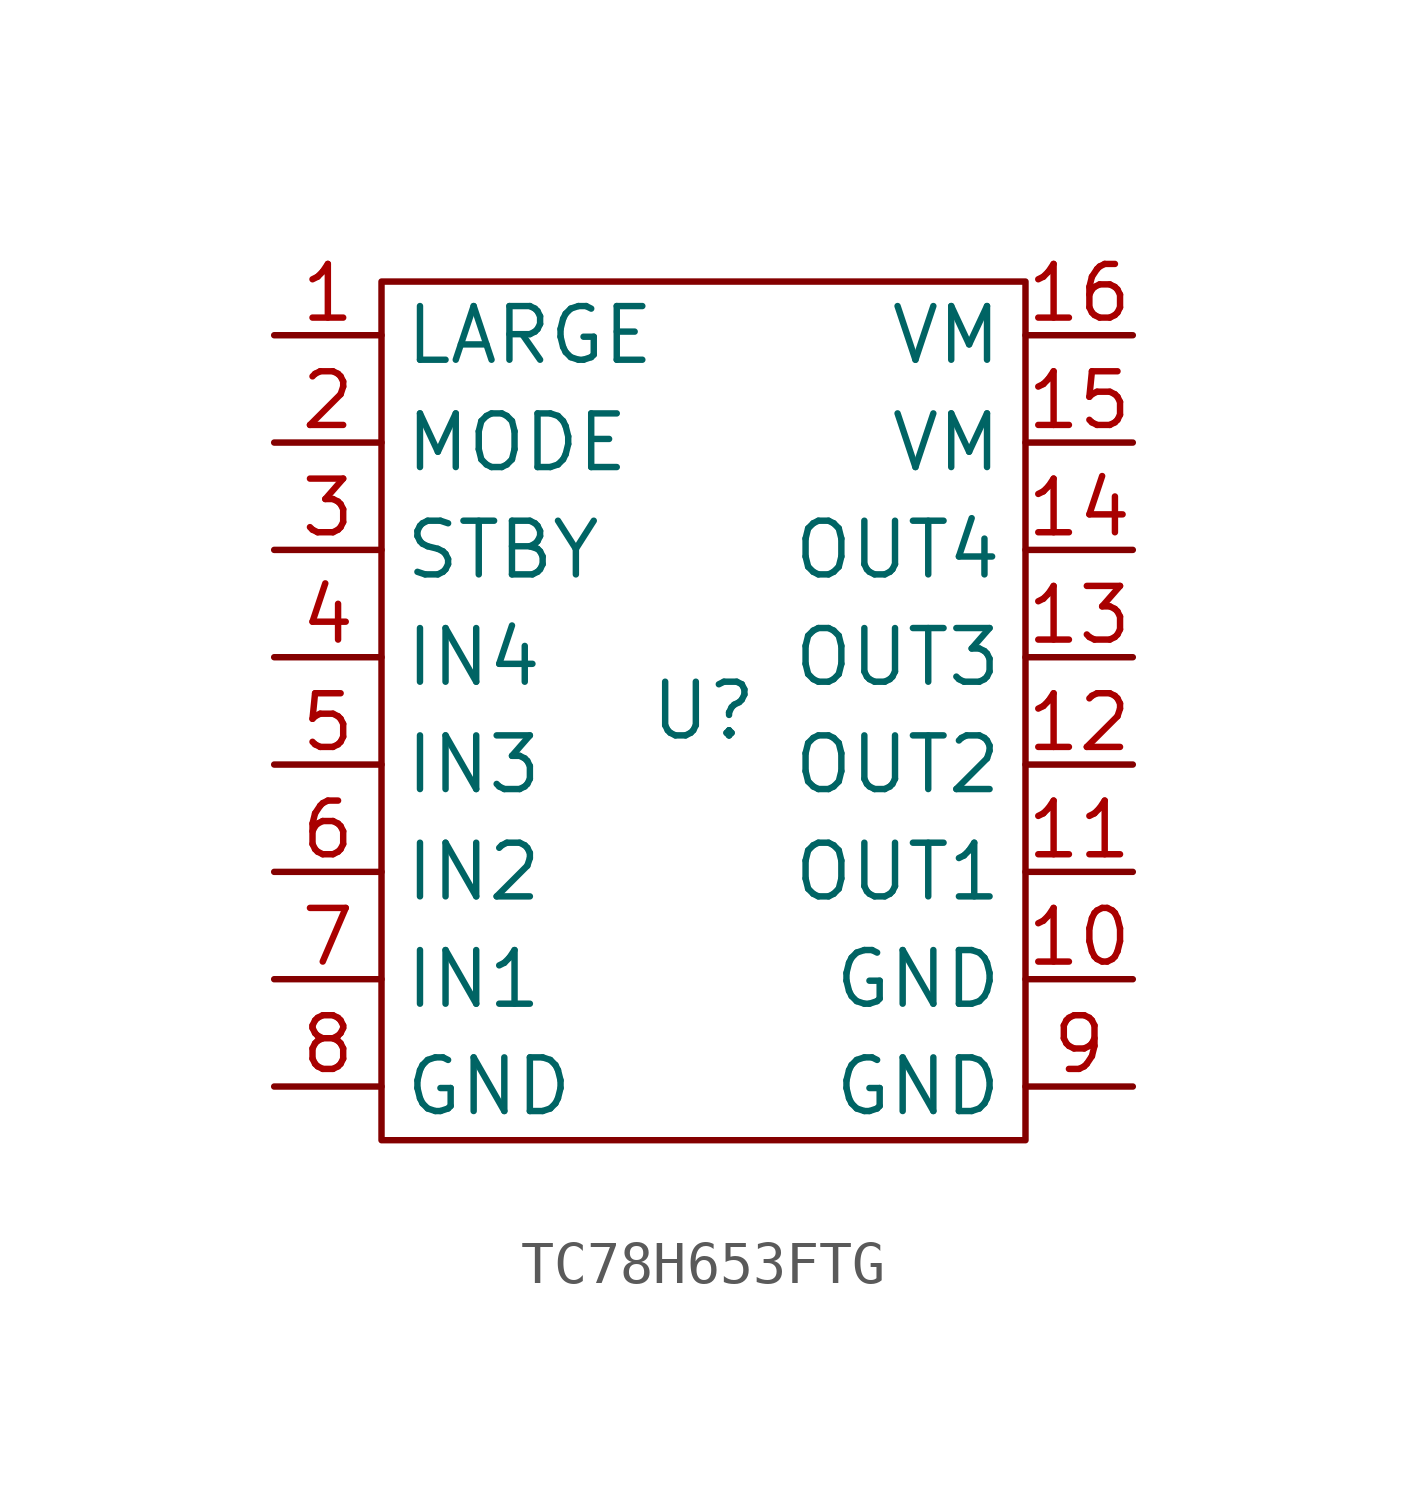
<source format=kicad_sym>
(kicad_symbol_lib
  (version 20231120)
  (generator "kicad_symbol_editor")
  (generator_version "8.0")
  (symbol "TC78H653FTG"
    (property "Reference" "U"
      (at 0 0 0)
      (effects (font (size 1.27 1.27))))
    (property "Value" ""
      (at 0 0 0)
      (effects (font (size 1.27 1.27))))
    (symbol "TC78H653FTG_0_1"
      (rectangle (start -7.62 10.16) (end 7.62 -10.16) (stroke (width 0) (type default)) (fill (type none))))
    (symbol "TC78H653FTG_1_1"
      (pin input line (at -10.16 8.89 0) (length 2.54) (name "LARGE" (effects (font (size 1.27 1.27)))) (number "1" (effects (font (size 1.27 1.27)))))
      (pin input line (at 10.16 -6.35 180) (length 2.54) (name "GND" (effects (font (size 1.27 1.27)))) (number "10" (effects (font (size 1.27 1.27)))))
      (pin input line (at 10.16 -3.81 180) (length 2.54) (name "OUT1" (effects (font (size 1.27 1.27)))) (number "11" (effects (font (size 1.27 1.27)))))
      (pin input line (at 10.16 -1.27 180) (length 2.54) (name "OUT2" (effects (font (size 1.27 1.27)))) (number "12" (effects (font (size 1.27 1.27)))))
      (pin input line (at 10.16 1.27 180) (length 2.54) (name "OUT3" (effects (font (size 1.27 1.27)))) (number "13" (effects (font (size 1.27 1.27)))))
      (pin input line (at 10.16 3.81 180) (length 2.54) (name "OUT4" (effects (font (size 1.27 1.27)))) (number "14" (effects (font (size 1.27 1.27)))))
      (pin input line (at 10.16 6.35 180) (length 2.54) (name "VM" (effects (font (size 1.27 1.27)))) (number "15" (effects (font (size 1.27 1.27)))))
      (pin input line (at 10.16 8.89 180) (length 2.54) (name "VM" (effects (font (size 1.27 1.27)))) (number "16" (effects (font (size 1.27 1.27)))))
      (pin input line (at -10.16 6.35 0) (length 2.54) (name "MODE" (effects (font (size 1.27 1.27)))) (number "2" (effects (font (size 1.27 1.27)))))
      (pin input line (at -10.16 3.81 0) (length 2.54) (name "STBY" (effects (font (size 1.27 1.27)))) (number "3" (effects (font (size 1.27 1.27)))))
      (pin input line (at -10.16 1.27 0) (length 2.54) (name "IN4" (effects (font (size 1.27 1.27)))) (number "4" (effects (font (size 1.27 1.27)))))
      (pin input line (at -10.16 -1.27 0) (length 2.54) (name "IN3" (effects (font (size 1.27 1.27)))) (number "5" (effects (font (size 1.27 1.27)))))
      (pin input line (at -10.16 -3.81 0) (length 2.54) (name "IN2" (effects (font (size 1.27 1.27)))) (number "6" (effects (font (size 1.27 1.27)))))
      (pin input line (at -10.16 -6.35 0) (length 2.54) (name "IN1" (effects (font (size 1.27 1.27)))) (number "7" (effects (font (size 1.27 1.27)))))
      (pin input line (at -10.16 -8.89 0) (length 2.54) (name "GND" (effects (font (size 1.27 1.27)))) (number "8" (effects (font (size 1.27 1.27)))))
      (pin input line (at 10.16 -8.89 180) (length 2.54) (name "GND" (effects (font (size 1.27 1.27)))) (number "9" (effects (font (size 1.27 1.27))))))))
</source>
